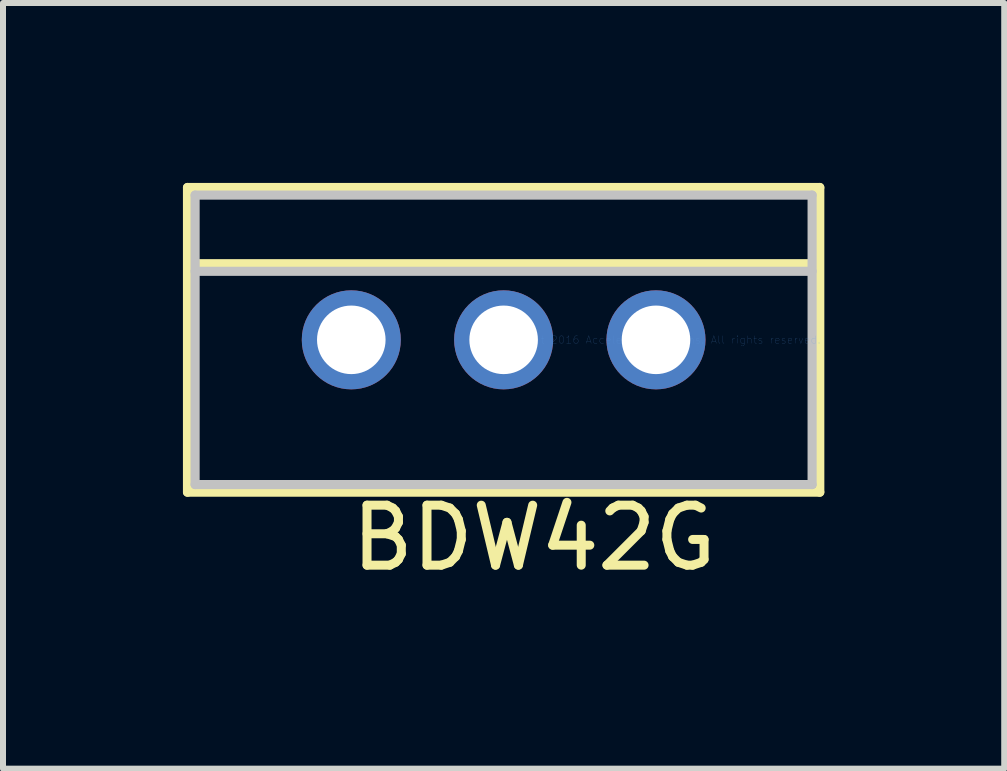
<source format=kicad_pcb>
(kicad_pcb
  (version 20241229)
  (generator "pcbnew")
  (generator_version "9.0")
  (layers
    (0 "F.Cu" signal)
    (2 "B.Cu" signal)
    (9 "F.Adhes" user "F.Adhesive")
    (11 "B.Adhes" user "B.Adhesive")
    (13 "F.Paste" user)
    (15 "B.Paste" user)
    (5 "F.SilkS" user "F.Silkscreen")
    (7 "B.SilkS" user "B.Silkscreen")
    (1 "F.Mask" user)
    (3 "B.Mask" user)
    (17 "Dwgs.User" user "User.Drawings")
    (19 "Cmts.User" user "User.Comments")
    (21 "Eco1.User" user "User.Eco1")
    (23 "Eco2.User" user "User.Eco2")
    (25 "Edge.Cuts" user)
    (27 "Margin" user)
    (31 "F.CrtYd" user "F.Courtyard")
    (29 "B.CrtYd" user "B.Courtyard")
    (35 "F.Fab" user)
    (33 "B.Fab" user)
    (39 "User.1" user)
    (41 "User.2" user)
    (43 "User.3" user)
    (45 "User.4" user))
  (footprint "BDW42G"
    (layer "F.Cu")
    (at 7.887 2.616)
    (property "Reference" "BDW42G" (at -2.032 3.302 0) (layer "F.SilkS") (effects (font (size 1 1) (thickness 0.15))))
    (attr through_hole)
    (fp_line (start -7.811 -2.54) (end -7.811 2.54) (stroke (width 0.152) (type solid)) (layer "F.SilkS"))
    (fp_line (start -7.811 2.54) (end 2.731 2.54) (stroke (width 0.152) (type solid)) (layer "F.SilkS"))
    (fp_line (start -7.684 -1.27) (end 2.603 -1.27) (stroke (width 0.152) (type solid)) (layer "F.SilkS"))
    (fp_line (start 2.731 -2.54) (end -7.811 -2.54) (stroke (width 0.152) (type solid)) (layer "F.SilkS"))
    (fp_line (start 2.731 2.54) (end 2.731 -2.54) (stroke (width 0.152) (type solid)) (layer "F.SilkS"))
    (fp_line (start -7.684 -2.413) (end -7.684 2.413) (stroke (width 0.152) (type solid)) (layer "Dwgs.User"))
    (fp_line (start -7.684 -1.143) (end 2.603 -1.143) (stroke (width 0.152) (type solid)) (layer "Dwgs.User"))
    (fp_line (start -7.684 2.413) (end 2.603 2.413) (stroke (width 0.152) (type solid)) (layer "Dwgs.User"))
    (fp_line (start -5.334 0) (end -4.826 0) (stroke (width 0.152) (type solid)) (layer "Dwgs.User"))
    (fp_line (start -5.08 0.254) (end -5.08 -0.254) (stroke (width 0.152) (type solid)) (layer "Dwgs.User"))
    (fp_line (start 2.603 -2.413) (end -7.684 -2.413) (stroke (width 0.152) (type solid)) (layer "Dwgs.User"))
    (fp_line (start 2.603 2.413) (end 2.603 -2.413) (stroke (width 0.152) (type solid)) (layer "Dwgs.User"))
    (fp_text user "Copyright 2016 Accelerated Designs. All rights reserved." (at 0 0 0) (layer "Cmts.User") (effects (font (size 0.127 0.127) (thickness 0.002))))
    (pad "1" thru_hole circle (at -5.08 0) (size 1.651 1.651) (drill 1.143) (layers "*.Cu" "*.Mask"))
    (pad "2" thru_hole circle (at -2.54 0) (size 1.651 1.651) (drill 1.143) (layers "*.Cu" "*.Mask"))
    (pad "3" thru_hole circle (at 0 0) (size 1.651 1.651) (drill 1.143) (layers "*.Cu" "*.Mask")))
  (gr_rect
    (start -3 -3)
    (end 13.693 9.766)
    (stroke (width 0.1) (type default))
    (fill no)
    (layer "Edge.Cuts")))
</source>
